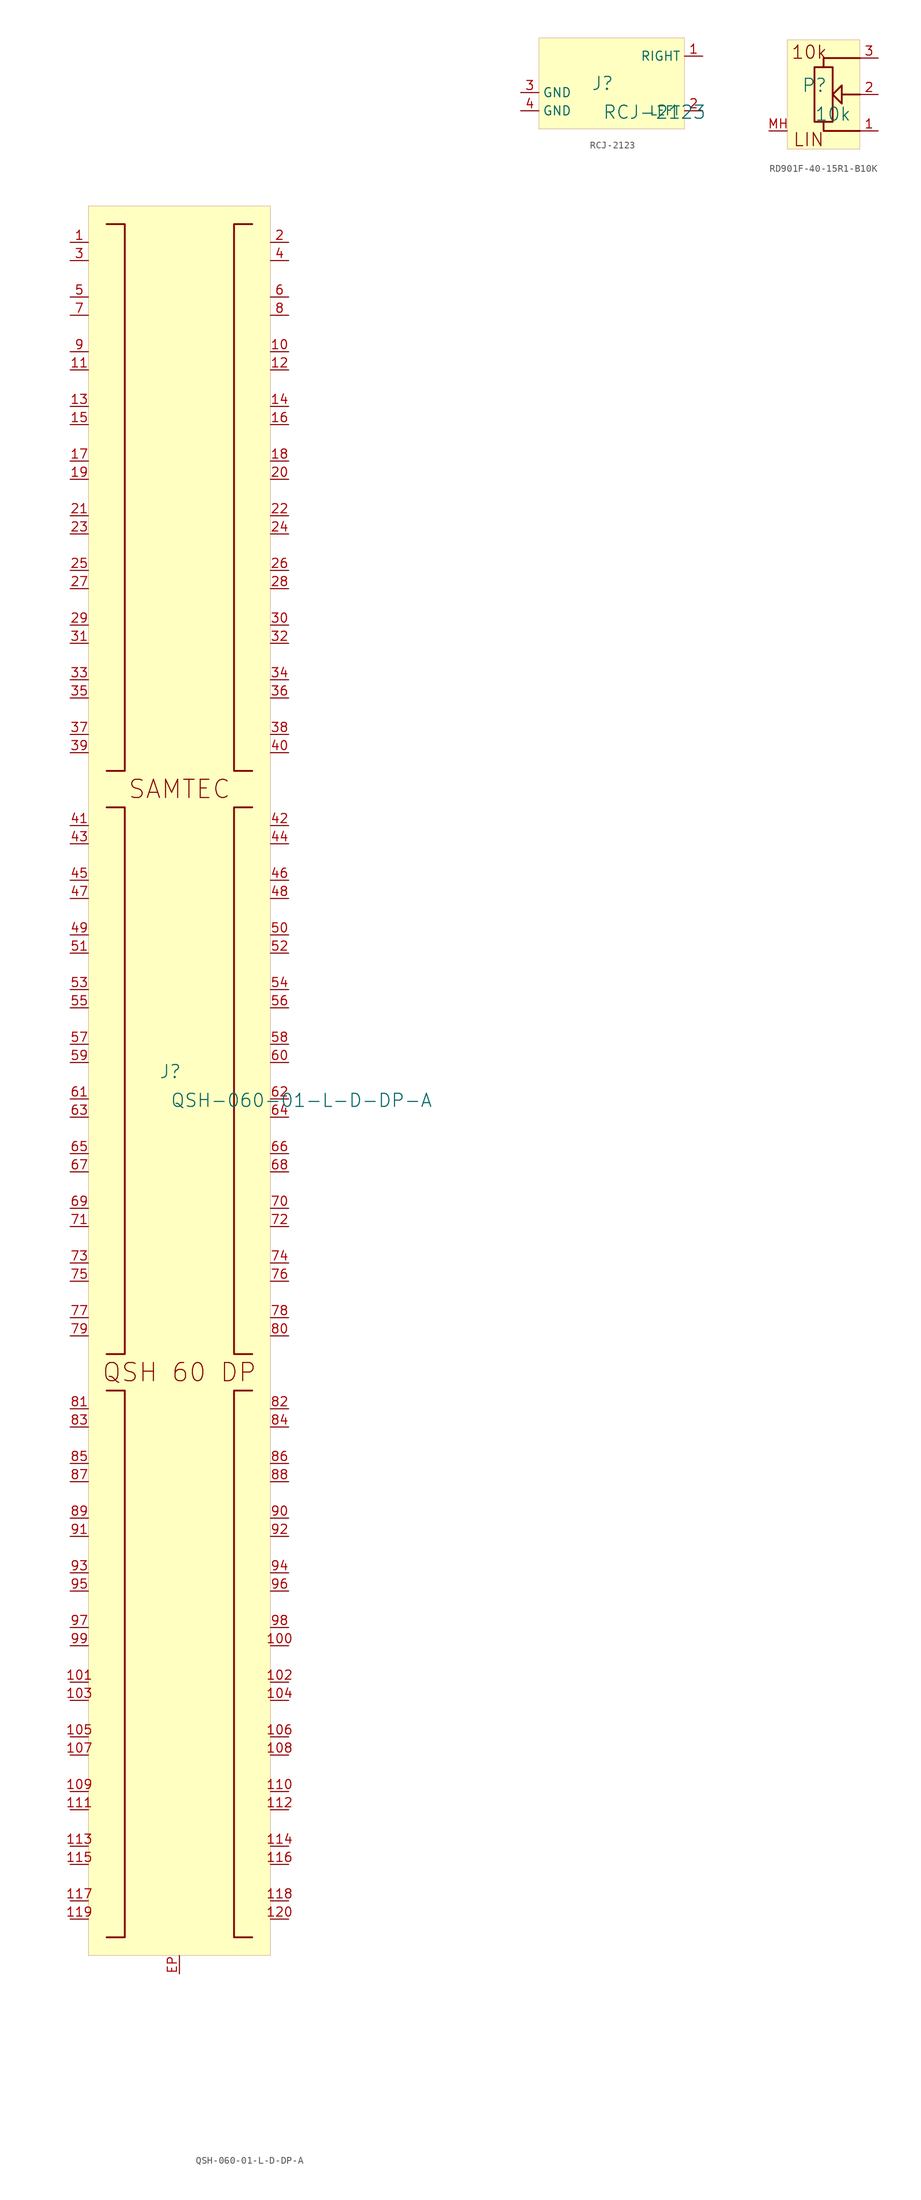
<source format=kicad_sym>
(kicad_symbol_lib
  (version 20231120)
  (generator "kicad_symbol_editor")
  (generator_version "8.0")
  (symbol "QSH-060-01-L-D-DP-A"
    (property "Reference" "J"
      (at -1.27 1.27 0)
      (effects (font (size 1.829 1.829))))
    (property "Value" "QSH-060-01-L-D-DP-A"
      (at -1.27 -3.81 0)
      (effects (font (size 1.829 1.829)) (justify left bottom)))
    (symbol "QSH-060-01-L-D-DP-A_1_0"
      (polyline (pts (xy -10.16 -43.18) (xy -7.62 -43.18) (xy -7.62 -119.38) (xy -10.16 -119.38)) (stroke (width 0.254) (type solid)) (fill (type none)))
      (polyline (pts (xy -10.16 38.1) (xy -7.62 38.1) (xy -7.62 -38.1) (xy -10.16 -38.1)) (stroke (width 0.254) (type solid)) (fill (type none)))
      (polyline (pts (xy -10.16 43.18) (xy -7.62 43.18) (xy -7.62 119.38) (xy -10.16 119.38)) (stroke (width 0.254) (type solid)) (fill (type none)))
      (polyline (pts (xy 10.16 -119.38) (xy 7.62 -119.38) (xy 7.62 -43.18) (xy 10.16 -43.18)) (stroke (width 0.254) (type solid)) (fill (type none)))
      (polyline (pts (xy 10.16 -38.1) (xy 7.62 -38.1) (xy 7.62 38.1) (xy 10.16 38.1)) (stroke (width 0.254) (type solid)) (fill (type none)))
      (polyline (pts (xy 10.16 119.38) (xy 7.62 119.38) (xy 7.62 43.18) (xy 10.16 43.18)) (stroke (width 0.254) (type solid)) (fill (type none)))
      (rectangle (start 12.7 121.92) (end -12.7 -121.92) (stroke (width 0.025) (type solid) (color 128 0 0 1)) (fill (type background)))
      (text "QSH 60 DP" (at 0 -40.64 0) (effects (font (size 2.54 2.54))))
      (text "SAMTEC" (at 0 40.64 0) (effects (font (size 2.54 2.54))))
      (pin passive line (at -15.24 116.84 0) (length 2.54) (name "" (effects (font (size 0 0)))) (number "1" (effects (font (size 1.27 1.27)))))
      (pin passive line (at 15.24 101.6 180) (length 2.54) (name "" (effects (font (size 0 0)))) (number "10" (effects (font (size 1.27 1.27)))))
      (pin passive line (at 15.24 -78.74 180) (length 2.54) (name "" (effects (font (size 0 0)))) (number "100" (effects (font (size 1.27 1.27)))))
      (pin passive line (at -15.24 -83.82 0) (length 2.54) (name "" (effects (font (size 0 0)))) (number "101" (effects (font (size 1.27 1.27)))))
      (pin passive line (at 15.24 -83.82 180) (length 2.54) (name "" (effects (font (size 0 0)))) (number "102" (effects (font (size 1.27 1.27)))))
      (pin passive line (at -15.24 -86.36 0) (length 2.54) (name "" (effects (font (size 0 0)))) (number "103" (effects (font (size 1.27 1.27)))))
      (pin passive line (at 15.24 -86.36 180) (length 2.54) (name "" (effects (font (size 0 0)))) (number "104" (effects (font (size 1.27 1.27)))))
      (pin passive line (at -15.24 -91.44 0) (length 2.54) (name "" (effects (font (size 0 0)))) (number "105" (effects (font (size 1.27 1.27)))))
      (pin passive line (at 15.24 -91.44 180) (length 2.54) (name "" (effects (font (size 0 0)))) (number "106" (effects (font (size 1.27 1.27)))))
      (pin passive line (at -15.24 -93.98 0) (length 2.54) (name "" (effects (font (size 0 0)))) (number "107" (effects (font (size 1.27 1.27)))))
      (pin passive line (at 15.24 -93.98 180) (length 2.54) (name "" (effects (font (size 0 0)))) (number "108" (effects (font (size 1.27 1.27)))))
      (pin passive line (at -15.24 -99.06 0) (length 2.54) (name "" (effects (font (size 0 0)))) (number "109" (effects (font (size 1.27 1.27)))))
      (pin passive line (at -15.24 99.06 0) (length 2.54) (name "" (effects (font (size 0 0)))) (number "11" (effects (font (size 1.27 1.27)))))
      (pin passive line (at 15.24 -99.06 180) (length 2.54) (name "" (effects (font (size 0 0)))) (number "110" (effects (font (size 1.27 1.27)))))
      (pin passive line (at -15.24 -101.6 0) (length 2.54) (name "" (effects (font (size 0 0)))) (number "111" (effects (font (size 1.27 1.27)))))
      (pin passive line (at 15.24 -101.6 180) (length 2.54) (name "" (effects (font (size 0 0)))) (number "112" (effects (font (size 1.27 1.27)))))
      (pin passive line (at -15.24 -106.68 0) (length 2.54) (name "" (effects (font (size 0 0)))) (number "113" (effects (font (size 1.27 1.27)))))
      (pin passive line (at 15.24 -106.68 180) (length 2.54) (name "" (effects (font (size 0 0)))) (number "114" (effects (font (size 1.27 1.27)))))
      (pin passive line (at -15.24 -109.22 0) (length 2.54) (name "" (effects (font (size 0 0)))) (number "115" (effects (font (size 1.27 1.27)))))
      (pin passive line (at 15.24 -109.22 180) (length 2.54) (name "" (effects (font (size 0 0)))) (number "116" (effects (font (size 1.27 1.27)))))
      (pin passive line (at -15.24 -114.3 0) (length 2.54) (name "" (effects (font (size 0 0)))) (number "117" (effects (font (size 1.27 1.27)))))
      (pin passive line (at 15.24 -114.3 180) (length 2.54) (name "" (effects (font (size 0 0)))) (number "118" (effects (font (size 1.27 1.27)))))
      (pin passive line (at -15.24 -116.84 0) (length 2.54) (name "" (effects (font (size 0 0)))) (number "119" (effects (font (size 1.27 1.27)))))
      (pin passive line (at 15.24 99.06 180) (length 2.54) (name "" (effects (font (size 0 0)))) (number "12" (effects (font (size 1.27 1.27)))))
      (pin passive line (at 15.24 -116.84 180) (length 2.54) (name "" (effects (font (size 0 0)))) (number "120" (effects (font (size 1.27 1.27)))))
      (pin passive line (at -15.24 93.98 0) (length 2.54) (name "" (effects (font (size 0 0)))) (number "13" (effects (font (size 1.27 1.27)))))
      (pin passive line (at 15.24 93.98 180) (length 2.54) (name "" (effects (font (size 0 0)))) (number "14" (effects (font (size 1.27 1.27)))))
      (pin passive line (at -15.24 91.44 0) (length 2.54) (name "" (effects (font (size 0 0)))) (number "15" (effects (font (size 1.27 1.27)))))
      (pin passive line (at 15.24 91.44 180) (length 2.54) (name "" (effects (font (size 0 0)))) (number "16" (effects (font (size 1.27 1.27)))))
      (pin passive line (at -15.24 86.36 0) (length 2.54) (name "" (effects (font (size 0 0)))) (number "17" (effects (font (size 1.27 1.27)))))
      (pin passive line (at 15.24 86.36 180) (length 2.54) (name "" (effects (font (size 0 0)))) (number "18" (effects (font (size 1.27 1.27)))))
      (pin passive line (at -15.24 83.82 0) (length 2.54) (name "" (effects (font (size 0 0)))) (number "19" (effects (font (size 1.27 1.27)))))
      (pin passive line (at 15.24 116.84 180) (length 2.54) (name "" (effects (font (size 0 0)))) (number "2" (effects (font (size 1.27 1.27)))))
      (pin passive line (at 15.24 83.82 180) (length 2.54) (name "" (effects (font (size 0 0)))) (number "20" (effects (font (size 1.27 1.27)))))
      (pin passive line (at -15.24 78.74 0) (length 2.54) (name "" (effects (font (size 0 0)))) (number "21" (effects (font (size 1.27 1.27)))))
      (pin passive line (at 15.24 78.74 180) (length 2.54) (name "" (effects (font (size 0 0)))) (number "22" (effects (font (size 1.27 1.27)))))
      (pin passive line (at -15.24 76.2 0) (length 2.54) (name "" (effects (font (size 0 0)))) (number "23" (effects (font (size 1.27 1.27)))))
      (pin passive line (at 15.24 76.2 180) (length 2.54) (name "" (effects (font (size 0 0)))) (number "24" (effects (font (size 1.27 1.27)))))
      (pin passive line (at -15.24 71.12 0) (length 2.54) (name "" (effects (font (size 0 0)))) (number "25" (effects (font (size 1.27 1.27)))))
      (pin passive line (at 15.24 71.12 180) (length 2.54) (name "" (effects (font (size 0 0)))) (number "26" (effects (font (size 1.27 1.27)))))
      (pin passive line (at -15.24 68.58 0) (length 2.54) (name "" (effects (font (size 0 0)))) (number "27" (effects (font (size 1.27 1.27)))))
      (pin passive line (at 15.24 68.58 180) (length 2.54) (name "" (effects (font (size 0 0)))) (number "28" (effects (font (size 1.27 1.27)))))
      (pin passive line (at -15.24 63.5 0) (length 2.54) (name "" (effects (font (size 0 0)))) (number "29" (effects (font (size 1.27 1.27)))))
      (pin passive line (at -15.24 114.3 0) (length 2.54) (name "" (effects (font (size 0 0)))) (number "3" (effects (font (size 1.27 1.27)))))
      (pin passive line (at 15.24 63.5 180) (length 2.54) (name "" (effects (font (size 0 0)))) (number "30" (effects (font (size 1.27 1.27)))))
      (pin passive line (at -15.24 60.96 0) (length 2.54) (name "" (effects (font (size 0 0)))) (number "31" (effects (font (size 1.27 1.27)))))
      (pin passive line (at 15.24 60.96 180) (length 2.54) (name "" (effects (font (size 0 0)))) (number "32" (effects (font (size 1.27 1.27)))))
      (pin passive line (at -15.24 55.88 0) (length 2.54) (name "" (effects (font (size 0 0)))) (number "33" (effects (font (size 1.27 1.27)))))
      (pin passive line (at 15.24 55.88 180) (length 2.54) (name "" (effects (font (size 0 0)))) (number "34" (effects (font (size 1.27 1.27)))))
      (pin passive line (at -15.24 53.34 0) (length 2.54) (name "" (effects (font (size 0 0)))) (number "35" (effects (font (size 1.27 1.27)))))
      (pin passive line (at 15.24 53.34 180) (length 2.54) (name "" (effects (font (size 0 0)))) (number "36" (effects (font (size 1.27 1.27)))))
      (pin passive line (at -15.24 48.26 0) (length 2.54) (name "" (effects (font (size 0 0)))) (number "37" (effects (font (size 1.27 1.27)))))
      (pin passive line (at 15.24 48.26 180) (length 2.54) (name "" (effects (font (size 0 0)))) (number "38" (effects (font (size 1.27 1.27)))))
      (pin passive line (at -15.24 45.72 0) (length 2.54) (name "" (effects (font (size 0 0)))) (number "39" (effects (font (size 1.27 1.27)))))
      (pin passive line (at 15.24 114.3 180) (length 2.54) (name "" (effects (font (size 0 0)))) (number "4" (effects (font (size 1.27 1.27)))))
      (pin passive line (at 15.24 45.72 180) (length 2.54) (name "" (effects (font (size 0 0)))) (number "40" (effects (font (size 1.27 1.27)))))
      (pin passive line (at -15.24 35.56 0) (length 2.54) (name "" (effects (font (size 0 0)))) (number "41" (effects (font (size 1.27 1.27)))))
      (pin passive line (at 15.24 35.56 180) (length 2.54) (name "" (effects (font (size 0 0)))) (number "42" (effects (font (size 1.27 1.27)))))
      (pin passive line (at -15.24 33.02 0) (length 2.54) (name "" (effects (font (size 0 0)))) (number "43" (effects (font (size 1.27 1.27)))))
      (pin passive line (at 15.24 33.02 180) (length 2.54) (name "" (effects (font (size 0 0)))) (number "44" (effects (font (size 1.27 1.27)))))
      (pin passive line (at -15.24 27.94 0) (length 2.54) (name "" (effects (font (size 0 0)))) (number "45" (effects (font (size 1.27 1.27)))))
      (pin passive line (at 15.24 27.94 180) (length 2.54) (name "" (effects (font (size 0 0)))) (number "46" (effects (font (size 1.27 1.27)))))
      (pin passive line (at -15.24 25.4 0) (length 2.54) (name "" (effects (font (size 0 0)))) (number "47" (effects (font (size 1.27 1.27)))))
      (pin passive line (at 15.24 25.4 180) (length 2.54) (name "" (effects (font (size 0 0)))) (number "48" (effects (font (size 1.27 1.27)))))
      (pin passive line (at -15.24 20.32 0) (length 2.54) (name "" (effects (font (size 0 0)))) (number "49" (effects (font (size 1.27 1.27)))))
      (pin passive line (at -15.24 109.22 0) (length 2.54) (name "" (effects (font (size 0 0)))) (number "5" (effects (font (size 1.27 1.27)))))
      (pin passive line (at 15.24 20.32 180) (length 2.54) (name "" (effects (font (size 0 0)))) (number "50" (effects (font (size 1.27 1.27)))))
      (pin passive line (at -15.24 17.78 0) (length 2.54) (name "" (effects (font (size 0 0)))) (number "51" (effects (font (size 1.27 1.27)))))
      (pin passive line (at 15.24 17.78 180) (length 2.54) (name "" (effects (font (size 0 0)))) (number "52" (effects (font (size 1.27 1.27)))))
      (pin passive line (at -15.24 12.7 0) (length 2.54) (name "" (effects (font (size 0 0)))) (number "53" (effects (font (size 1.27 1.27)))))
      (pin passive line (at 15.24 12.7 180) (length 2.54) (name "" (effects (font (size 0 0)))) (number "54" (effects (font (size 1.27 1.27)))))
      (pin passive line (at -15.24 10.16 0) (length 2.54) (name "" (effects (font (size 0 0)))) (number "55" (effects (font (size 1.27 1.27)))))
      (pin passive line (at 15.24 10.16 180) (length 2.54) (name "" (effects (font (size 0 0)))) (number "56" (effects (font (size 1.27 1.27)))))
      (pin passive line (at -15.24 5.08 0) (length 2.54) (name "" (effects (font (size 0 0)))) (number "57" (effects (font (size 1.27 1.27)))))
      (pin passive line (at 15.24 5.08 180) (length 2.54) (name "" (effects (font (size 0 0)))) (number "58" (effects (font (size 1.27 1.27)))))
      (pin passive line (at -15.24 2.54 0) (length 2.54) (name "" (effects (font (size 0 0)))) (number "59" (effects (font (size 1.27 1.27)))))
      (pin passive line (at 15.24 109.22 180) (length 2.54) (name "" (effects (font (size 0 0)))) (number "6" (effects (font (size 1.27 1.27)))))
      (pin passive line (at 15.24 2.54 180) (length 2.54) (name "" (effects (font (size 0 0)))) (number "60" (effects (font (size 1.27 1.27)))))
      (pin passive line (at -15.24 -2.54 0) (length 2.54) (name "" (effects (font (size 0 0)))) (number "61" (effects (font (size 1.27 1.27)))))
      (pin passive line (at 15.24 -2.54 180) (length 2.54) (name "" (effects (font (size 0 0)))) (number "62" (effects (font (size 1.27 1.27)))))
      (pin passive line (at -15.24 -5.08 0) (length 2.54) (name "" (effects (font (size 0 0)))) (number "63" (effects (font (size 1.27 1.27)))))
      (pin passive line (at 15.24 -5.08 180) (length 2.54) (name "" (effects (font (size 0 0)))) (number "64" (effects (font (size 1.27 1.27)))))
      (pin passive line (at -15.24 -10.16 0) (length 2.54) (name "" (effects (font (size 0 0)))) (number "65" (effects (font (size 1.27 1.27)))))
      (pin passive line (at 15.24 -10.16 180) (length 2.54) (name "" (effects (font (size 0 0)))) (number "66" (effects (font (size 1.27 1.27)))))
      (pin passive line (at -15.24 -12.7 0) (length 2.54) (name "" (effects (font (size 0 0)))) (number "67" (effects (font (size 1.27 1.27)))))
      (pin passive line (at 15.24 -12.7 180) (length 2.54) (name "" (effects (font (size 0 0)))) (number "68" (effects (font (size 1.27 1.27)))))
      (pin passive line (at -15.24 -17.78 0) (length 2.54) (name "" (effects (font (size 0 0)))) (number "69" (effects (font (size 1.27 1.27)))))
      (pin passive line (at -15.24 106.68 0) (length 2.54) (name "" (effects (font (size 0 0)))) (number "7" (effects (font (size 1.27 1.27)))))
      (pin passive line (at 15.24 -17.78 180) (length 2.54) (name "" (effects (font (size 0 0)))) (number "70" (effects (font (size 1.27 1.27)))))
      (pin passive line (at -15.24 -20.32 0) (length 2.54) (name "" (effects (font (size 0 0)))) (number "71" (effects (font (size 1.27 1.27)))))
      (pin passive line (at 15.24 -20.32 180) (length 2.54) (name "" (effects (font (size 0 0)))) (number "72" (effects (font (size 1.27 1.27)))))
      (pin passive line (at -15.24 -25.4 0) (length 2.54) (name "" (effects (font (size 0 0)))) (number "73" (effects (font (size 1.27 1.27)))))
      (pin passive line (at 15.24 -25.4 180) (length 2.54) (name "" (effects (font (size 0 0)))) (number "74" (effects (font (size 1.27 1.27)))))
      (pin passive line (at -15.24 -27.94 0) (length 2.54) (name "" (effects (font (size 0 0)))) (number "75" (effects (font (size 1.27 1.27)))))
      (pin passive line (at 15.24 -27.94 180) (length 2.54) (name "" (effects (font (size 0 0)))) (number "76" (effects (font (size 1.27 1.27)))))
      (pin passive line (at -15.24 -33.02 0) (length 2.54) (name "" (effects (font (size 0 0)))) (number "77" (effects (font (size 1.27 1.27)))))
      (pin passive line (at 15.24 -33.02 180) (length 2.54) (name "" (effects (font (size 0 0)))) (number "78" (effects (font (size 1.27 1.27)))))
      (pin passive line (at -15.24 -35.56 0) (length 2.54) (name "" (effects (font (size 0 0)))) (number "79" (effects (font (size 1.27 1.27)))))
      (pin passive line (at 15.24 106.68 180) (length 2.54) (name "" (effects (font (size 0 0)))) (number "8" (effects (font (size 1.27 1.27)))))
      (pin passive line (at 15.24 -35.56 180) (length 2.54) (name "" (effects (font (size 0 0)))) (number "80" (effects (font (size 1.27 1.27)))))
      (pin passive line (at -15.24 -45.72 0) (length 2.54) (name "" (effects (font (size 0 0)))) (number "81" (effects (font (size 1.27 1.27)))))
      (pin passive line (at 15.24 -45.72 180) (length 2.54) (name "" (effects (font (size 0 0)))) (number "82" (effects (font (size 1.27 1.27)))))
      (pin passive line (at -15.24 -48.26 0) (length 2.54) (name "" (effects (font (size 0 0)))) (number "83" (effects (font (size 1.27 1.27)))))
      (pin passive line (at 15.24 -48.26 180) (length 2.54) (name "" (effects (font (size 0 0)))) (number "84" (effects (font (size 1.27 1.27)))))
      (pin passive line (at -15.24 -53.34 0) (length 2.54) (name "" (effects (font (size 0 0)))) (number "85" (effects (font (size 1.27 1.27)))))
      (pin passive line (at 15.24 -53.34 180) (length 2.54) (name "" (effects (font (size 0 0)))) (number "86" (effects (font (size 1.27 1.27)))))
      (pin passive line (at -15.24 -55.88 0) (length 2.54) (name "" (effects (font (size 0 0)))) (number "87" (effects (font (size 1.27 1.27)))))
      (pin passive line (at 15.24 -55.88 180) (length 2.54) (name "" (effects (font (size 0 0)))) (number "88" (effects (font (size 1.27 1.27)))))
      (pin passive line (at -15.24 -60.96 0) (length 2.54) (name "" (effects (font (size 0 0)))) (number "89" (effects (font (size 1.27 1.27)))))
      (pin passive line (at -15.24 101.6 0) (length 2.54) (name "" (effects (font (size 0 0)))) (number "9" (effects (font (size 1.27 1.27)))))
      (pin passive line (at 15.24 -60.96 180) (length 2.54) (name "" (effects (font (size 0 0)))) (number "90" (effects (font (size 1.27 1.27)))))
      (pin passive line (at -15.24 -63.5 0) (length 2.54) (name "" (effects (font (size 0 0)))) (number "91" (effects (font (size 1.27 1.27)))))
      (pin passive line (at 15.24 -63.5 180) (length 2.54) (name "" (effects (font (size 0 0)))) (number "92" (effects (font (size 1.27 1.27)))))
      (pin passive line (at -15.24 -68.58 0) (length 2.54) (name "" (effects (font (size 0 0)))) (number "93" (effects (font (size 1.27 1.27)))))
      (pin passive line (at 15.24 -68.58 180) (length 2.54) (name "" (effects (font (size 0 0)))) (number "94" (effects (font (size 1.27 1.27)))))
      (pin passive line (at -15.24 -71.12 0) (length 2.54) (name "" (effects (font (size 0 0)))) (number "95" (effects (font (size 1.27 1.27)))))
      (pin passive line (at 15.24 -71.12 180) (length 2.54) (name "" (effects (font (size 0 0)))) (number "96" (effects (font (size 1.27 1.27)))))
      (pin passive line (at -15.24 -76.2 0) (length 2.54) (name "" (effects (font (size 0 0)))) (number "97" (effects (font (size 1.27 1.27)))))
      (pin passive line (at 15.24 -76.2 180) (length 2.54) (name "" (effects (font (size 0 0)))) (number "98" (effects (font (size 1.27 1.27)))))
      (pin passive line (at -15.24 -78.74 0) (length 2.54) (name "" (effects (font (size 0 0)))) (number "99" (effects (font (size 1.27 1.27)))))
      (pin passive line (at 0 -124.46 90) (length 2.54) (name "" (effects (font (size 0 0)))) (number "EP" (effects (font (size 1.27 1.27)))))))
  (symbol "RCJ-2123"
    (property "Reference" "J"
      (at -1.27 1.27 0)
      (effects (font (size 1.829 1.829))))
    (property "Value" "RCJ-2123"
      (at -1.27 -3.81 0)
      (effects (font (size 1.829 1.829)) (justify left bottom)))
    (symbol "RCJ-2123_1_0"
      (rectangle (start 10.16 7.62) (end -10.16 -5.08) (stroke (width 0.025) (type solid) (color 128 0 0 1)) (fill (type background)))
      (pin passive line (at 12.7 5.08 180) (length 2.54) (name "RIGHT" (effects (font (size 1.27 1.27)))) (number "1" (effects (font (size 1.27 1.27)))))
      (pin passive line (at 12.7 -2.54 180) (length 2.54) (name "LEFT" (effects (font (size 1.27 1.27)))) (number "2" (effects (font (size 1.27 1.27)))))
      (pin passive line (at -12.7 0 0) (length 2.54) (name "GND" (effects (font (size 1.27 1.27)))) (number "3" (effects (font (size 1.27 1.27)))))
      (pin passive line (at -12.7 -2.54 0) (length 2.54) (name "GND" (effects (font (size 1.27 1.27)))) (number "4" (effects (font (size 1.27 1.27)))))))
  (symbol "RD901F-40-15R1-B10K"
    (property "Reference" "P"
      (at -1.27 1.27 0)
      (effects (font (size 1.829 1.829))))
    (property "Value" "10k"
      (at -1.27 -3.81 0)
      (effects (font (size 1.829 1.829)) (justify left bottom)))
    (symbol "RD901F-40-15R1-B10K_1_0"
      (polyline (pts (xy 5.08 0) (xy 2.54 0)) (stroke (width 0.254) (type solid)) (fill (type none)))
      (polyline (pts (xy 5.08 -5.08) (xy 0 -5.08) (xy 0 -3.81)) (stroke (width 0.254) (type solid)) (fill (type none)))
      (polyline (pts (xy 5.08 5.08) (xy 0 5.08) (xy 0 3.81)) (stroke (width 0.254) (type solid)) (fill (type none)))
      (polyline (pts (xy -1.27 3.81) (xy 1.27 3.81) (xy 1.27 -3.81) (xy -1.27 -3.81) (xy -1.27 3.81)) (stroke (width 0.254) (type solid)) (fill (type none)))
      (polyline (pts (xy 2.54 0) (xy 2.54 1.27) (xy 1.27 0) (xy 2.54 -1.27) (xy 2.54 0)) (stroke (width 0.254) (type solid)) (fill (type none)))
      (rectangle (start 5.08 7.62) (end -5.08 -7.62) (stroke (width 0.025) (type solid) (color 128 0 0 1)) (fill (type background)))
      (text "10k" (at -4.572 4.826 0) (effects (font (size 1.829 1.829)) (justify left bottom)))
      (text "LIN" (at -4.318 -7.366 0) (effects (font (size 1.829 1.829)) (justify left bottom)))
      (pin passive line (at 7.62 -5.08 180) (length 2.54) (name "1" (effects (font (size 0 0)))) (number "1" (effects (font (size 1.27 1.27)))))
      (pin passive line (at 7.62 0 180) (length 2.54) (name "2" (effects (font (size 0 0)))) (number "2" (effects (font (size 1.27 1.27)))))
      (pin passive line (at 7.62 5.08 180) (length 2.54) (name "3" (effects (font (size 0 0)))) (number "3" (effects (font (size 1.27 1.27)))))
      (pin passive line (at -7.62 -5.08 0) (length 2.54) (name "MH" (effects (font (size 0 0)))) (number "MH" (effects (font (size 1.27 1.27))))))))
</source>
